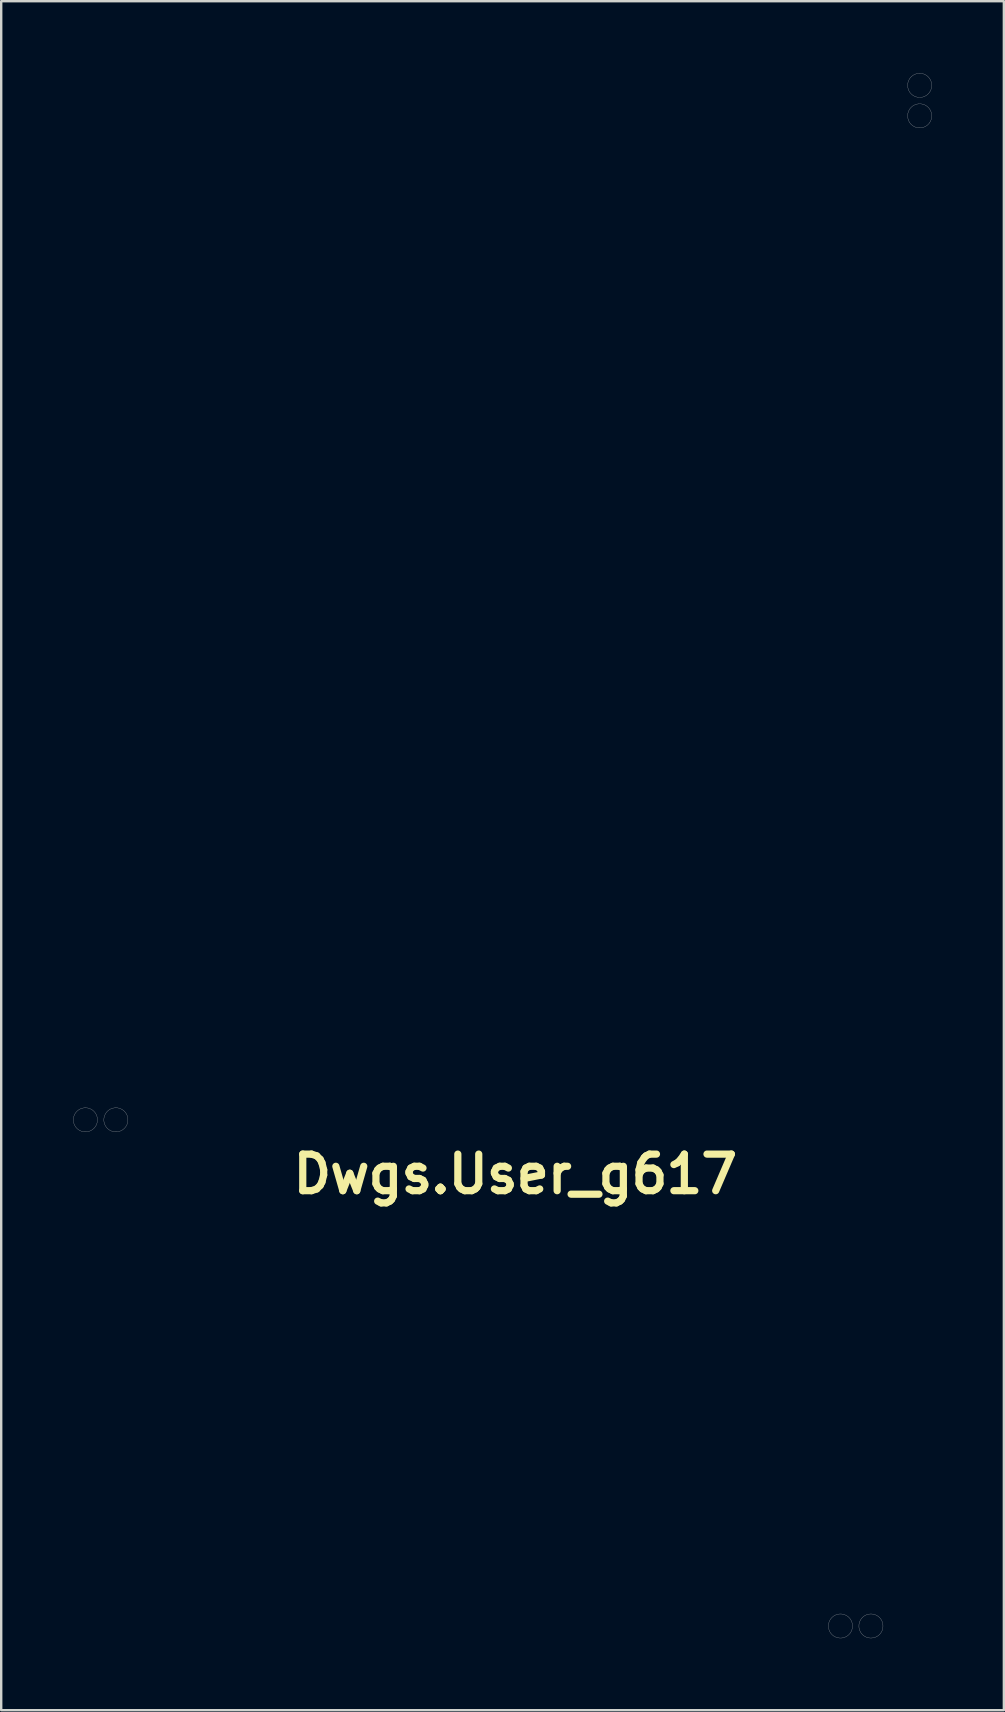
<source format=kicad_pcb>
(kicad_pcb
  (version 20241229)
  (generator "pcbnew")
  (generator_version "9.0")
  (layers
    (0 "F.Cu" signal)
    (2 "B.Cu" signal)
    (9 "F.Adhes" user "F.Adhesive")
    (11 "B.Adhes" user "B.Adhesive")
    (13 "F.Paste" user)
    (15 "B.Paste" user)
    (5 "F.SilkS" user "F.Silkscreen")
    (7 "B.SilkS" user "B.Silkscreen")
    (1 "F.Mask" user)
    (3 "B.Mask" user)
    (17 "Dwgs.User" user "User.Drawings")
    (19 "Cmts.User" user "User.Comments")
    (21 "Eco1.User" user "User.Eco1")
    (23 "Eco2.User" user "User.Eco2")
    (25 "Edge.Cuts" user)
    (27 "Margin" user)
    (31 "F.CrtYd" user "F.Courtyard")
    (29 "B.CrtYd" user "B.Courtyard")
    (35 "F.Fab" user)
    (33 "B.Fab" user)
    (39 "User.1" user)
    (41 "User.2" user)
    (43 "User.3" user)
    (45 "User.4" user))
  (footprint "Dwgs.User_g617"
    (layer "F.Cu")
    (at 18.414 45.854)
    (property "Reference" "Dwgs.User_g617" (at 0 0 0) (layer "F.SilkS") (effects (font (size 1.524 1.524) (thickness 0.3))))
    (attr through_hole)
    (fp_poly (pts (xy 14.858 18.322) (xy 14.92 18.332) (xy 14.981 18.349) (xy 15.028 18.369) (xy 15.085 18.4) (xy 15.136 18.438) (xy 15.182 18.482) (xy 15.221 18.53) (xy 15.254 18.583) (xy 15.28 18.64) (xy 15.298 18.701) (xy 15.309 18.764) (xy 15.312 18.822) (xy 15.308 18.887) (xy 15.296 18.949) (xy 15.278 19.008) (xy 15.252 19.063) (xy 15.22 19.114) (xy 15.183 19.16) (xy 15.14 19.202) (xy 15.092 19.238) (xy 15.04 19.268) (xy 14.984 19.292) (xy 14.925 19.309) (xy 14.863 19.319) (xy 14.798 19.322) (xy 14.768 19.32) (xy 14.705 19.312) (xy 14.645 19.295) (xy 14.588 19.271) (xy 14.535 19.241) (xy 14.486 19.204) (xy 14.442 19.161) (xy 14.403 19.112) (xy 14.37 19.059) (xy 14.343 19.002) (xy 14.324 18.94) (xy 14.319 18.921) (xy 14.315 18.895) (xy 14.312 18.864) (xy 14.311 18.83) (xy 14.312 18.796) (xy 14.313 18.763) (xy 14.317 18.734) (xy 14.319 18.722) (xy 14.337 18.657) (xy 14.362 18.597) (xy 14.395 18.541) (xy 14.434 18.49) (xy 14.479 18.444) (xy 14.531 18.404) (xy 14.558 18.387) (xy 14.614 18.359) (xy 14.673 18.338) (xy 14.734 18.325) (xy 14.796 18.32) (xy 14.858 18.322)) (stroke (width 0.01) (type solid)) (fill no) (layer "Dwgs.User"))
    (fp_poly (pts (xy 16.875 -44.579) (xy 16.937 -44.571) (xy 16.998 -44.556) (xy 17.057 -44.532) (xy 17.066 -44.528) (xy 17.12 -44.496) (xy 17.171 -44.457) (xy 17.216 -44.413) (xy 17.255 -44.363) (xy 17.287 -44.31) (xy 17.289 -44.306) (xy 17.314 -44.247) (xy 17.332 -44.186) (xy 17.341 -44.123) (xy 17.343 -44.06) (xy 17.337 -43.998) (xy 17.323 -43.937) (xy 17.302 -43.878) (xy 17.275 -43.826) (xy 17.239 -43.771) (xy 17.196 -43.723) (xy 17.148 -43.681) (xy 17.095 -43.645) (xy 17.037 -43.617) (xy 16.976 -43.595) (xy 16.93 -43.584) (xy 16.903 -43.581) (xy 16.871 -43.579) (xy 16.837 -43.578) (xy 16.802 -43.579) (xy 16.771 -43.582) (xy 16.75 -43.585) (xy 16.689 -43.6) (xy 16.631 -43.623) (xy 16.576 -43.652) (xy 16.526 -43.689) (xy 16.479 -43.731) (xy 16.439 -43.778) (xy 16.405 -43.83) (xy 16.389 -43.86) (xy 16.366 -43.919) (xy 16.35 -43.981) (xy 16.341 -44.044) (xy 16.341 -44.106) (xy 16.348 -44.169) (xy 16.363 -44.229) (xy 16.385 -44.288) (xy 16.415 -44.344) (xy 16.438 -44.378) (xy 16.461 -44.406) (xy 16.489 -44.435) (xy 16.52 -44.463) (xy 16.55 -44.487) (xy 16.575 -44.504) (xy 16.631 -44.534) (xy 16.689 -44.557) (xy 16.75 -44.572) (xy 16.813 -44.579) (xy 16.875 -44.579)) (stroke (width 0.01) (type solid)) (fill no) (layer "Dwgs.User"))
    (fp_poly (pts (xy 16.876 -45.849) (xy 16.938 -45.841) (xy 16.999 -45.825) (xy 17.058 -45.802) (xy 17.066 -45.798) (xy 17.12 -45.766) (xy 17.17 -45.728) (xy 17.215 -45.683) (xy 17.254 -45.634) (xy 17.286 -45.581) (xy 17.289 -45.576) (xy 17.314 -45.517) (xy 17.332 -45.456) (xy 17.341 -45.393) (xy 17.343 -45.33) (xy 17.337 -45.268) (xy 17.323 -45.207) (xy 17.302 -45.148) (xy 17.275 -45.096) (xy 17.239 -45.041) (xy 17.196 -44.993) (xy 17.148 -44.951) (xy 17.095 -44.915) (xy 17.038 -44.887) (xy 16.976 -44.865) (xy 16.93 -44.854) (xy 16.903 -44.851) (xy 16.871 -44.849) (xy 16.837 -44.848) (xy 16.802 -44.849) (xy 16.771 -44.852) (xy 16.75 -44.855) (xy 16.689 -44.87) (xy 16.631 -44.893) (xy 16.576 -44.922) (xy 16.526 -44.959) (xy 16.479 -45.001) (xy 16.439 -45.048) (xy 16.405 -45.1) (xy 16.389 -45.13) (xy 16.366 -45.189) (xy 16.35 -45.251) (xy 16.341 -45.314) (xy 16.341 -45.376) (xy 16.348 -45.439) (xy 16.363 -45.499) (xy 16.385 -45.558) (xy 16.415 -45.614) (xy 16.438 -45.648) (xy 16.461 -45.676) (xy 16.489 -45.705) (xy 16.52 -45.733) (xy 16.55 -45.757) (xy 16.575 -45.774) (xy 16.631 -45.804) (xy 16.69 -45.827) (xy 16.751 -45.842) (xy 16.813 -45.849) (xy 16.876 -45.849)) (stroke (width 0.01) (type solid)) (fill no) (layer "Dwgs.User"))
    (fp_poly (pts (xy -16.554 -2.757) (xy -16.508 -2.747) (xy -16.448 -2.727) (xy -16.391 -2.7) (xy -16.338 -2.665) (xy -16.29 -2.625) (xy -16.248 -2.579) (xy -16.211 -2.527) (xy -16.181 -2.472) (xy -16.17 -2.444) (xy -16.152 -2.387) (xy -16.141 -2.326) (xy -16.137 -2.264) (xy -16.14 -2.202) (xy -16.15 -2.142) (xy -16.163 -2.097) (xy -16.188 -2.037) (xy -16.221 -1.982) (xy -16.259 -1.932) (xy -16.304 -1.887) (xy -16.354 -1.848) (xy -16.409 -1.815) (xy -16.468 -1.789) (xy -16.513 -1.775) (xy -16.531 -1.771) (xy -16.548 -1.768) (xy -16.567 -1.765) (xy -16.588 -1.764) (xy -16.615 -1.763) (xy -16.624 -1.763) (xy -16.663 -1.763) (xy -16.694 -1.764) (xy -16.718 -1.766) (xy -16.725 -1.767) (xy -16.789 -1.783) (xy -16.85 -1.807) (xy -16.906 -1.838) (xy -16.957 -1.875) (xy -17.004 -1.919) (xy -17.044 -1.968) (xy -17.078 -2.024) (xy -17.088 -2.042) (xy -17.113 -2.102) (xy -17.129 -2.162) (xy -17.138 -2.223) (xy -17.139 -2.284) (xy -17.132 -2.345) (xy -17.119 -2.404) (xy -17.098 -2.46) (xy -17.071 -2.514) (xy -17.038 -2.565) (xy -16.998 -2.612) (xy -16.952 -2.653) (xy -16.9 -2.69) (xy -16.863 -2.711) (xy -16.805 -2.735) (xy -16.744 -2.752) (xy -16.681 -2.762) (xy -16.618 -2.763) (xy -16.554 -2.757)) (stroke (width 0.01) (type solid)) (fill no) (layer "Dwgs.User"))
    (fp_poly (pts (xy -17.871 -2.762) (xy -17.808 -2.754) (xy -17.748 -2.738) (xy -17.69 -2.714) (xy -17.635 -2.684) (xy -17.585 -2.647) (xy -17.539 -2.603) (xy -17.499 -2.554) (xy -17.473 -2.515) (xy -17.446 -2.46) (xy -17.426 -2.405) (xy -17.413 -2.347) (xy -17.407 -2.285) (xy -17.407 -2.261) (xy -17.411 -2.194) (xy -17.423 -2.131) (xy -17.442 -2.072) (xy -17.469 -2.016) (xy -17.504 -1.963) (xy -17.547 -1.913) (xy -17.553 -1.907) (xy -17.603 -1.863) (xy -17.656 -1.827) (xy -17.714 -1.799) (xy -17.776 -1.777) (xy -17.783 -1.775) (xy -17.801 -1.771) (xy -17.818 -1.768) (xy -17.837 -1.765) (xy -17.858 -1.764) (xy -17.885 -1.763) (xy -17.894 -1.763) (xy -17.933 -1.763) (xy -17.964 -1.764) (xy -17.988 -1.766) (xy -17.995 -1.767) (xy -18.059 -1.783) (xy -18.12 -1.807) (xy -18.176 -1.838) (xy -18.227 -1.875) (xy -18.274 -1.919) (xy -18.314 -1.968) (xy -18.348 -2.024) (xy -18.358 -2.042) (xy -18.383 -2.102) (xy -18.399 -2.162) (xy -18.408 -2.222) (xy -18.409 -2.281) (xy -18.403 -2.34) (xy -18.391 -2.397) (xy -18.372 -2.452) (xy -18.347 -2.504) (xy -18.316 -2.553) (xy -18.28 -2.598) (xy -18.238 -2.639) (xy -18.192 -2.675) (xy -18.141 -2.706) (xy -18.086 -2.731) (xy -18.027 -2.749) (xy -17.965 -2.76) (xy -17.935 -2.763) (xy -17.871 -2.762)) (stroke (width 0.01) (type solid)) (fill no) (layer "Dwgs.User"))
    (fp_poly (pts (xy 13.582 18.321) (xy 13.643 18.33) (xy 13.703 18.346) (xy 13.757 18.368) (xy 13.795 18.388) (xy 13.827 18.408) (xy 13.857 18.43) (xy 13.887 18.457) (xy 13.929 18.501) (xy 13.964 18.549) (xy 13.992 18.6) (xy 14.016 18.657) (xy 14.03 18.703) (xy 14.035 18.729) (xy 14.039 18.761) (xy 14.041 18.796) (xy 14.041 18.833) (xy 14.04 18.868) (xy 14.037 18.899) (xy 14.036 18.909) (xy 14.02 18.972) (xy 13.998 19.031) (xy 13.968 19.086) (xy 13.933 19.136) (xy 13.891 19.181) (xy 13.845 19.221) (xy 13.794 19.255) (xy 13.738 19.283) (xy 13.68 19.304) (xy 13.618 19.317) (xy 13.566 19.322) (xy 13.55 19.322) (xy 13.529 19.322) (xy 13.507 19.321) (xy 13.5 19.32) (xy 13.438 19.312) (xy 13.379 19.296) (xy 13.322 19.272) (xy 13.268 19.242) (xy 13.219 19.206) (xy 13.174 19.163) (xy 13.135 19.116) (xy 13.102 19.063) (xy 13.075 19.007) (xy 13.071 18.994) (xy 13.052 18.931) (xy 13.042 18.868) (xy 13.04 18.804) (xy 13.046 18.741) (xy 13.06 18.679) (xy 13.082 18.619) (xy 13.111 18.562) (xy 13.112 18.561) (xy 13.149 18.509) (xy 13.191 18.462) (xy 13.238 18.421) (xy 13.289 18.387) (xy 13.343 18.36) (xy 13.4 18.339) (xy 13.46 18.326) (xy 13.52 18.32) (xy 13.582 18.321)) (stroke (width 0.01) (type solid)) (fill no) (layer "Dwgs.User")))
  (gr_rect
    (start -3 -3)
    (end 38.762 68.181)
    (stroke (width 0.1) (type default))
    (fill no)
    (layer "Edge.Cuts")))
</source>
